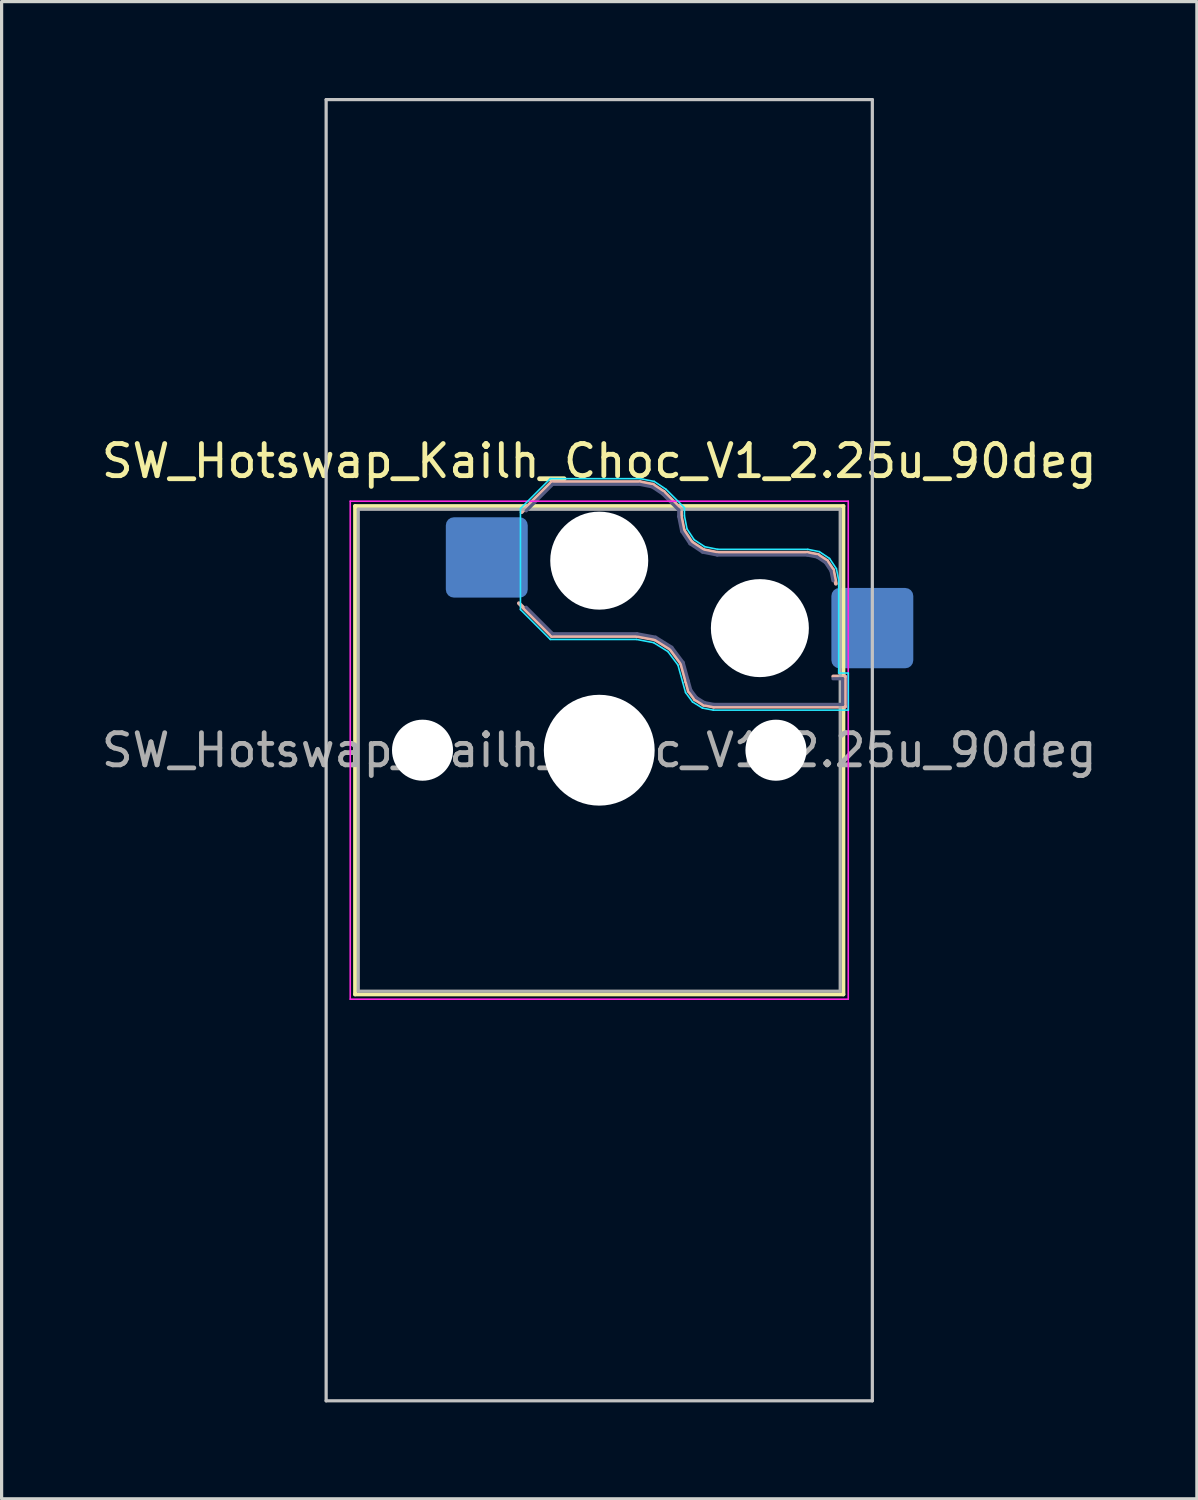
<source format=kicad_pcb>
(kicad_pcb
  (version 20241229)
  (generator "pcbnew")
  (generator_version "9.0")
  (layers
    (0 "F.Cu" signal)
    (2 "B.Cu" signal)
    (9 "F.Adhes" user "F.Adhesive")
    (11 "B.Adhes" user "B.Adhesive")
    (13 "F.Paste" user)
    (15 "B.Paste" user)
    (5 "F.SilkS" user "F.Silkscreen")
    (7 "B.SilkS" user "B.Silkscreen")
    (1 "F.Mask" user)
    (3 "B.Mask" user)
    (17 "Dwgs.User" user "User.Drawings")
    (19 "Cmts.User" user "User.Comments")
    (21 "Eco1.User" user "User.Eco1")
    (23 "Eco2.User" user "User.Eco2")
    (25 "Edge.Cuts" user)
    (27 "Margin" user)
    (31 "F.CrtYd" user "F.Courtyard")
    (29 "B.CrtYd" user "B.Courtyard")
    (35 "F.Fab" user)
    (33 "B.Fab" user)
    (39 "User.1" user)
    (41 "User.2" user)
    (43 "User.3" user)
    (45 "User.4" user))
  (footprint "SW_Hotswap_Kailh_Choc_V1_2.25u_90deg"
    (layer "F.Cu")
    (at 15.601 20.3)
    (property "Reference" "SW_Hotswap_Kailh_Choc_V1_2.25u_90deg" (at 0 -9 0) (layer "F.SilkS") (effects (font (size 1 1) (thickness 0.15))))
    (attr smd)
    (fp_line (start -7.6 -7.6) (end -7.6 7.6) (stroke (width 0.12) (type solid)) (layer "F.SilkS"))
    (fp_line (start -7.6 7.6) (end 7.6 7.6) (stroke (width 0.12) (type solid)) (layer "F.SilkS"))
    (fp_line (start 7.6 -7.6) (end -7.6 -7.6) (stroke (width 0.12) (type solid)) (layer "F.SilkS"))
    (fp_line (start 7.6 7.6) (end 7.6 -7.6) (stroke (width 0.12) (type solid)) (layer "F.SilkS"))
    (fp_line (start -2.416 -7.409) (end -1.479 -8.346) (stroke (width 0.12) (type solid)) (layer "B.SilkS"))
    (fp_line (start -1.479 -8.346) (end 1.268 -8.346) (stroke (width 0.12) (type solid)) (layer "B.SilkS"))
    (fp_line (start -1.479 -3.554) (end -2.5 -4.575) (stroke (width 0.12) (type solid)) (layer "B.SilkS"))
    (fp_line (start 1.168 -3.554) (end -1.479 -3.554) (stroke (width 0.12) (type solid)) (layer "B.SilkS"))
    (fp_line (start 1.268 -8.346) (end 1.671 -8.266) (stroke (width 0.12) (type solid)) (layer "B.SilkS"))
    (fp_line (start 1.671 -8.266) (end 2.013 -8.037) (stroke (width 0.12) (type solid)) (layer "B.SilkS"))
    (fp_line (start 1.73 -3.449) (end 1.168 -3.554) (stroke (width 0.12) (type solid)) (layer "B.SilkS"))
    (fp_line (start 2.013 -8.037) (end 2.546 -7.504) (stroke (width 0.12) (type solid)) (layer "B.SilkS"))
    (fp_line (start 2.209 -3.15) (end 1.73 -3.449) (stroke (width 0.12) (type solid)) (layer "B.SilkS"))
    (fp_line (start 2.546 -7.504) (end 2.546 -7.282) (stroke (width 0.12) (type solid)) (layer "B.SilkS"))
    (fp_line (start 2.546 -7.282) (end 2.633 -6.844) (stroke (width 0.12) (type solid)) (layer "B.SilkS"))
    (fp_line (start 2.547 -2.697) (end 2.209 -3.15) (stroke (width 0.12) (type solid)) (layer "B.SilkS"))
    (fp_line (start 2.633 -6.844) (end 2.877 -6.477) (stroke (width 0.12) (type solid)) (layer "B.SilkS"))
    (fp_line (start 2.701 -2.139) (end 2.547 -2.697) (stroke (width 0.12) (type solid)) (layer "B.SilkS"))
    (fp_line (start 2.783 -1.841) (end 2.701 -2.139) (stroke (width 0.12) (type solid)) (layer "B.SilkS"))
    (fp_line (start 2.877 -6.477) (end 3.244 -6.233) (stroke (width 0.12) (type solid)) (layer "B.SilkS"))
    (fp_line (start 2.976 -1.583) (end 2.783 -1.841) (stroke (width 0.12) (type solid)) (layer "B.SilkS"))
    (fp_line (start 3.244 -6.233) (end 3.682 -6.146) (stroke (width 0.12) (type solid)) (layer "B.SilkS"))
    (fp_line (start 3.25 -1.413) (end 2.976 -1.583) (stroke (width 0.12) (type solid)) (layer "B.SilkS"))
    (fp_line (start 3.56 -1.354) (end 3.25 -1.413) (stroke (width 0.12) (type solid)) (layer "B.SilkS"))
    (fp_line (start 3.682 -6.146) (end 6.482 -6.146) (stroke (width 0.12) (type solid)) (layer "B.SilkS"))
    (fp_line (start 6.482 -6.146) (end 6.809 -6.081) (stroke (width 0.12) (type solid)) (layer "B.SilkS"))
    (fp_line (start 6.809 -6.081) (end 7.092 -5.892) (stroke (width 0.12) (type solid)) (layer "B.SilkS"))
    (fp_line (start 7.092 -5.892) (end 7.281 -5.609) (stroke (width 0.12) (type solid)) (layer "B.SilkS"))
    (fp_line (start 7.281 -5.609) (end 7.366 -5.182) (stroke (width 0.12) (type solid)) (layer "B.SilkS"))
    (fp_line (start 7.283 -2.296) (end 7.646 -2.296) (stroke (width 0.12) (type solid)) (layer "B.SilkS"))
    (fp_line (start 7.646 -2.296) (end 7.646 -1.354) (stroke (width 0.12) (type solid)) (layer "B.SilkS"))
    (fp_line (start 7.646 -1.354) (end 3.56 -1.354) (stroke (width 0.12) (type solid)) (layer "B.SilkS"))
    (fp_line (start -8.5 -20.25) (end 8.5 -20.25) (stroke (width 0.1) (type solid)) (layer "Dwgs.User"))
    (fp_line (start -8.5 20.25) (end -8.5 -20.25) (stroke (width 0.1) (type solid)) (layer "Dwgs.User"))
    (fp_line (start 8.5 -20.25) (end 8.5 20.25) (stroke (width 0.1) (type solid)) (layer "Dwgs.User"))
    (fp_line (start 8.5 20.25) (end -8.5 20.25) (stroke (width 0.1) (type solid)) (layer "Dwgs.User"))
    (fp_line (start -7.25 -7.25) (end -7.25 7.25) (stroke (width 0.1) (type solid)) (layer "Eco1.User"))
    (fp_line (start -7.25 7.25) (end 7.25 7.25) (stroke (width 0.1) (type solid)) (layer "Eco1.User"))
    (fp_line (start 7.25 -7.25) (end -7.25 -7.25) (stroke (width 0.1) (type solid)) (layer "Eco1.User"))
    (fp_line (start 7.25 7.25) (end 7.25 -7.25) (stroke (width 0.1) (type solid)) (layer "Eco1.User"))
    (fp_line (start -2.452 -7.523) (end -1.523 -8.452) (stroke (width 0.05) (type solid)) (layer "B.CrtYd"))
    (fp_line (start -2.452 -4.377) (end -2.452 -7.523) (stroke (width 0.05) (type solid)) (layer "B.CrtYd"))
    (fp_line (start -1.523 -8.452) (end 1.278 -8.452) (stroke (width 0.05) (type solid)) (layer "B.CrtYd"))
    (fp_line (start -1.523 -3.448) (end -2.452 -4.377) (stroke (width 0.05) (type solid)) (layer "B.CrtYd"))
    (fp_line (start 1.159 -3.448) (end -1.523 -3.448) (stroke (width 0.05) (type solid)) (layer "B.CrtYd"))
    (fp_line (start 1.278 -8.452) (end 1.712 -8.366) (stroke (width 0.05) (type solid)) (layer "B.CrtYd"))
    (fp_line (start 1.691 -3.348) (end 1.159 -3.448) (stroke (width 0.05) (type solid)) (layer "B.CrtYd"))
    (fp_line (start 1.712 -8.366) (end 2.081 -8.119) (stroke (width 0.05) (type solid)) (layer "B.CrtYd"))
    (fp_line (start 2.081 -8.119) (end 2.652 -7.548) (stroke (width 0.05) (type solid)) (layer "B.CrtYd"))
    (fp_line (start 2.136 -3.071) (end 1.691 -3.348) (stroke (width 0.05) (type solid)) (layer "B.CrtYd"))
    (fp_line (start 2.45 -2.65) (end 2.136 -3.071) (stroke (width 0.05) (type solid)) (layer "B.CrtYd"))
    (fp_line (start 2.599 -2.111) (end 2.45 -2.65) (stroke (width 0.05) (type solid)) (layer "B.CrtYd"))
    (fp_line (start 2.652 -7.548) (end 2.652 -7.292) (stroke (width 0.05) (type solid)) (layer "B.CrtYd"))
    (fp_line (start 2.652 -7.292) (end 2.733 -6.885) (stroke (width 0.05) (type solid)) (layer "B.CrtYd"))
    (fp_line (start 2.687 -1.794) (end 2.599 -2.111) (stroke (width 0.05) (type solid)) (layer "B.CrtYd"))
    (fp_line (start 2.733 -6.885) (end 2.953 -6.553) (stroke (width 0.05) (type solid)) (layer "B.CrtYd"))
    (fp_line (start 2.903 -1.503) (end 2.687 -1.794) (stroke (width 0.05) (type solid)) (layer "B.CrtYd"))
    (fp_line (start 2.953 -6.553) (end 3.285 -6.333) (stroke (width 0.05) (type solid)) (layer "B.CrtYd"))
    (fp_line (start 3.211 -1.312) (end 2.903 -1.503) (stroke (width 0.05) (type solid)) (layer "B.CrtYd"))
    (fp_line (start 3.285 -6.333) (end 3.692 -6.252) (stroke (width 0.05) (type solid)) (layer "B.CrtYd"))
    (fp_line (start 3.55 -1.248) (end 3.211 -1.312) (stroke (width 0.05) (type solid)) (layer "B.CrtYd"))
    (fp_line (start 3.692 -6.252) (end 6.492 -6.252) (stroke (width 0.05) (type solid)) (layer "B.CrtYd"))
    (fp_line (start 6.492 -6.252) (end 6.85 -6.181) (stroke (width 0.05) (type solid)) (layer "B.CrtYd"))
    (fp_line (start 6.85 -6.181) (end 7.168 -5.968) (stroke (width 0.05) (type solid)) (layer "B.CrtYd"))
    (fp_line (start 7.168 -5.968) (end 7.381 -5.65) (stroke (width 0.05) (type solid)) (layer "B.CrtYd"))
    (fp_line (start 7.381 -5.65) (end 7.452 -5.292) (stroke (width 0.05) (type solid)) (layer "B.CrtYd"))
    (fp_line (start 7.452 -5.292) (end 7.452 -2.402) (stroke (width 0.05) (type solid)) (layer "B.CrtYd"))
    (fp_line (start 7.452 -2.402) (end 7.752 -2.402) (stroke (width 0.05) (type solid)) (layer "B.CrtYd"))
    (fp_line (start 7.752 -2.402) (end 7.752 -1.248) (stroke (width 0.05) (type solid)) (layer "B.CrtYd"))
    (fp_line (start 7.752 -1.248) (end 3.55 -1.248) (stroke (width 0.05) (type solid)) (layer "B.CrtYd"))
    (fp_line (start -7.75 -7.75) (end -7.75 7.75) (stroke (width 0.05) (type solid)) (layer "F.CrtYd"))
    (fp_line (start -7.75 7.75) (end 7.75 7.75) (stroke (width 0.05) (type solid)) (layer "F.CrtYd"))
    (fp_line (start 7.75 -7.75) (end -7.75 -7.75) (stroke (width 0.05) (type solid)) (layer "F.CrtYd"))
    (fp_line (start 7.75 7.75) (end 7.75 -7.75) (stroke (width 0.05) (type solid)) (layer "F.CrtYd"))
    (fp_line (start -2.275 -7.45) (end -1.45 -8.275) (stroke (width 0.1) (type solid)) (layer "B.Fab"))
    (fp_line (start -1.45 -8.275) (end 1.261 -8.275) (stroke (width 0.1) (type solid)) (layer "B.Fab"))
    (fp_line (start -1.45 -3.625) (end -2.275 -4.45) (stroke (width 0.1) (type solid)) (layer "B.Fab"))
    (fp_line (start 1.175 -3.625) (end -1.45 -3.625) (stroke (width 0.1) (type solid)) (layer "B.Fab"))
    (fp_line (start 1.261 -8.275) (end 1.643 -8.199) (stroke (width 0.1) (type solid)) (layer "B.Fab"))
    (fp_line (start 1.643 -8.199) (end 1.968 -7.982) (stroke (width 0.1) (type solid)) (layer "B.Fab"))
    (fp_line (start 1.756 -3.516) (end 1.175 -3.625) (stroke (width 0.1) (type solid)) (layer "B.Fab"))
    (fp_line (start 1.968 -7.982) (end 2.475 -7.475) (stroke (width 0.1) (type solid)) (layer "B.Fab"))
    (fp_line (start 2.258 -3.203) (end 1.756 -3.516) (stroke (width 0.1) (type solid)) (layer "B.Fab"))
    (fp_line (start 2.475 -7.475) (end 2.475 -7.275) (stroke (width 0.1) (type solid)) (layer "B.Fab"))
    (fp_line (start 2.475 -7.275) (end 2.566 -6.816) (stroke (width 0.1) (type solid)) (layer "B.Fab"))
    (fp_line (start 2.566 -6.816) (end 2.826 -6.426) (stroke (width 0.1) (type solid)) (layer "B.Fab"))
    (fp_line (start 2.612 -2.729) (end 2.258 -3.203) (stroke (width 0.1) (type solid)) (layer "B.Fab"))
    (fp_line (start 2.769 -2.158) (end 2.612 -2.729) (stroke (width 0.1) (type solid)) (layer "B.Fab"))
    (fp_line (start 2.826 -6.426) (end 3.216 -6.166) (stroke (width 0.1) (type solid)) (layer "B.Fab"))
    (fp_line (start 2.848 -1.873) (end 2.769 -2.158) (stroke (width 0.1) (type solid)) (layer "B.Fab"))
    (fp_line (start 3.025 -1.636) (end 2.848 -1.873) (stroke (width 0.1) (type solid)) (layer "B.Fab"))
    (fp_line (start 3.216 -6.166) (end 3.675 -6.075) (stroke (width 0.1) (type solid)) (layer "B.Fab"))
    (fp_line (start 3.276 -1.48) (end 3.025 -1.636) (stroke (width 0.1) (type solid)) (layer "B.Fab"))
    (fp_line (start 3.567 -1.425) (end 3.276 -1.48) (stroke (width 0.1) (type solid)) (layer "B.Fab"))
    (fp_line (start 3.675 -6.075) (end 6.475 -6.075) (stroke (width 0.1) (type solid)) (layer "B.Fab"))
    (fp_line (start 6.475 -6.075) (end 6.781 -6.014) (stroke (width 0.1) (type solid)) (layer "B.Fab"))
    (fp_line (start 6.781 -6.014) (end 7.041 -5.841) (stroke (width 0.1) (type solid)) (layer "B.Fab"))
    (fp_line (start 7.041 -5.841) (end 7.214 -5.581) (stroke (width 0.1) (type solid)) (layer "B.Fab"))
    (fp_line (start 7.214 -5.581) (end 7.275 -5.275) (stroke (width 0.1) (type solid)) (layer "B.Fab"))
    (fp_line (start 7.275 -2.225) (end 7.575 -2.225) (stroke (width 0.1) (type solid)) (layer "B.Fab"))
    (fp_line (start 7.575 -2.225) (end 7.575 -1.425) (stroke (width 0.1) (type solid)) (layer "B.Fab"))
    (fp_line (start 7.575 -1.425) (end 3.567 -1.425) (stroke (width 0.1) (type solid)) (layer "B.Fab"))
    (fp_line (start -7.5 -7.5) (end -7.5 7.5) (stroke (width 0.1) (type solid)) (layer "F.Fab"))
    (fp_line (start -7.5 7.5) (end 7.5 7.5) (stroke (width 0.1) (type solid)) (layer "F.Fab"))
    (fp_line (start 7.5 -7.5) (end -7.5 -7.5) (stroke (width 0.1) (type solid)) (layer "F.Fab"))
    (fp_line (start 7.5 7.5) (end 7.5 -7.5) (stroke (width 0.1) (type solid)) (layer "F.Fab"))
    (fp_text user "${REFERENCE}" (at 0 0 0) (layer "F.Fab") (effects (font (size 1 1) (thickness 0.15))))
    (pad "" np_thru_hole circle (at -5.5 0) (size 1.9 1.9) (drill 1.9) (layers "*.Cu" "*.Mask"))
    (pad "" np_thru_hole circle (at 0 -5.9) (size 3.05 3.05) (drill 3.05) (layers "*.Cu" "*.Mask"))
    (pad "" np_thru_hole circle (at 0 0) (size 3.45 3.45) (drill 3.45) (layers "*.Cu" "*.Mask"))
    (pad "" np_thru_hole circle (at 5 -3.8) (size 3.05 3.05) (drill 3.05) (layers "*.Cu" "*.Mask"))
    (pad "" np_thru_hole circle (at 5.5 0) (size 1.9 1.9) (drill 1.9) (layers "*.Cu" "*.Mask"))
    (pad "1" smd roundrect (at -3.5 -6) (size 2.55 2.5) (layers "B.Cu" "B.Mask" "B.Paste") (roundrect_rratio 0.1))
    (pad "2" smd roundrect (at 8.5 -3.8) (size 2.55 2.5) (layers "B.Cu" "B.Mask" "B.Paste") (roundrect_rratio 0.1)))
  (gr_rect
    (start -3 -3)
    (end 34.202 43.6)
    (stroke (width 0.1) (type default))
    (fill no)
    (layer "Edge.Cuts")))
</source>
